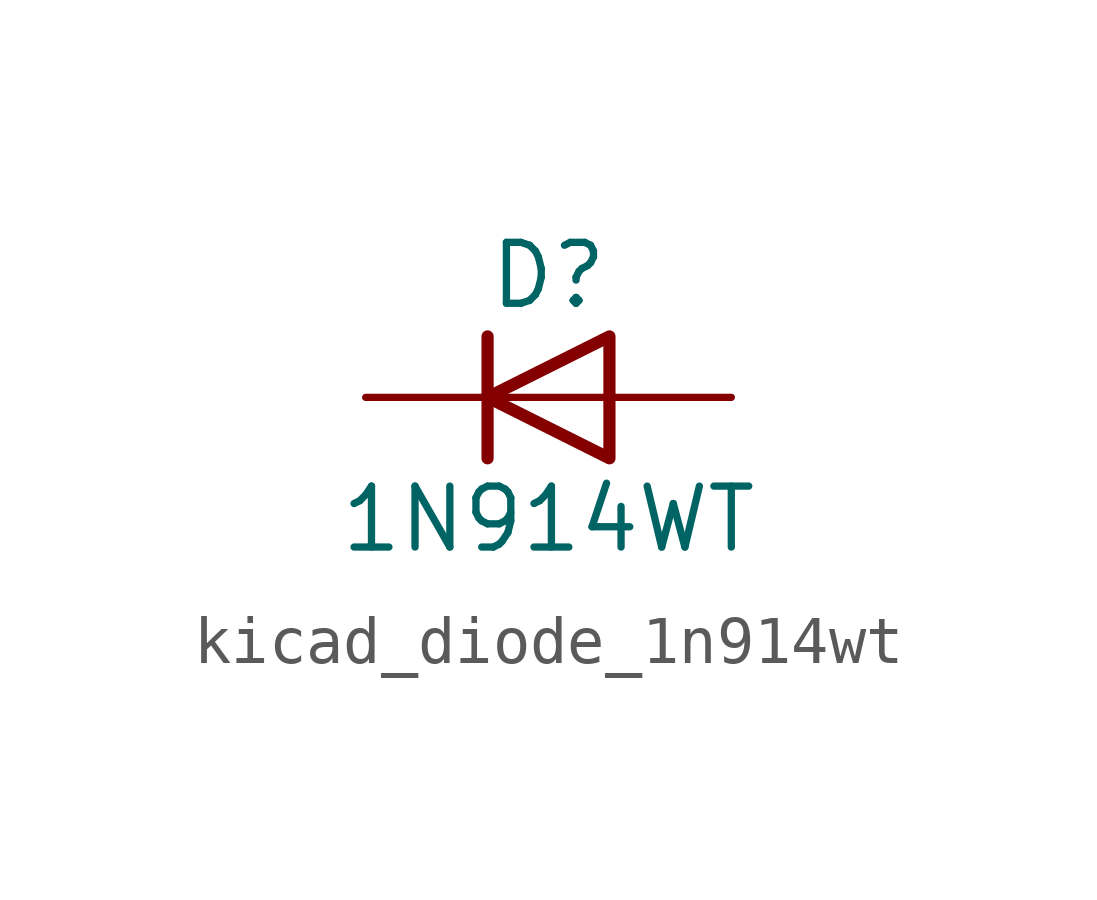
<source format=kicad_sym>
(kicad_symbol_lib
  (version 20220914)
  (generator kicad_symbol_editor)
  (symbol "kicad_diode_1n914wt"
    (pin_numbers hide)
    (pin_names hide)
    (property "Reference" "D"
      (at 0 2.54 0)
      (effects (font (size 1.27 1.27))))
    (property "Value" "1N914WT"
      (at 0 -2.54 0)
      (effects (font (size 1.27 1.27))))
    (symbol "kicad_diode_1n914wt_0_1"
      (polyline (pts (xy -1.27 1.27) (xy -1.27 -1.27)) (stroke (width 0.254) (type default)) (fill (type none)))
      (polyline (pts (xy 1.27 0) (xy -1.27 0)) (stroke (width 0) (type default)) (fill (type none)))
      (polyline (pts (xy 1.27 1.27) (xy 1.27 -1.27) (xy -1.27 0) (xy 1.27 1.27)) (stroke (width 0.254) (type default)) (fill (type none))))
    (symbol "kicad_diode_1n914wt_1_1"
      (pin passive line (at -3.81 0 0) (length 2.54) (name "K" (effects (font (size 1.27 1.27)))) (number "1" (effects (font (size 1.27 1.27)))))
      (pin passive line (at 3.81 0 180) (length 2.54) (name "A" (effects (font (size 1.27 1.27)))) (number "2" (effects (font (size 1.27 1.27))))))))
</source>
